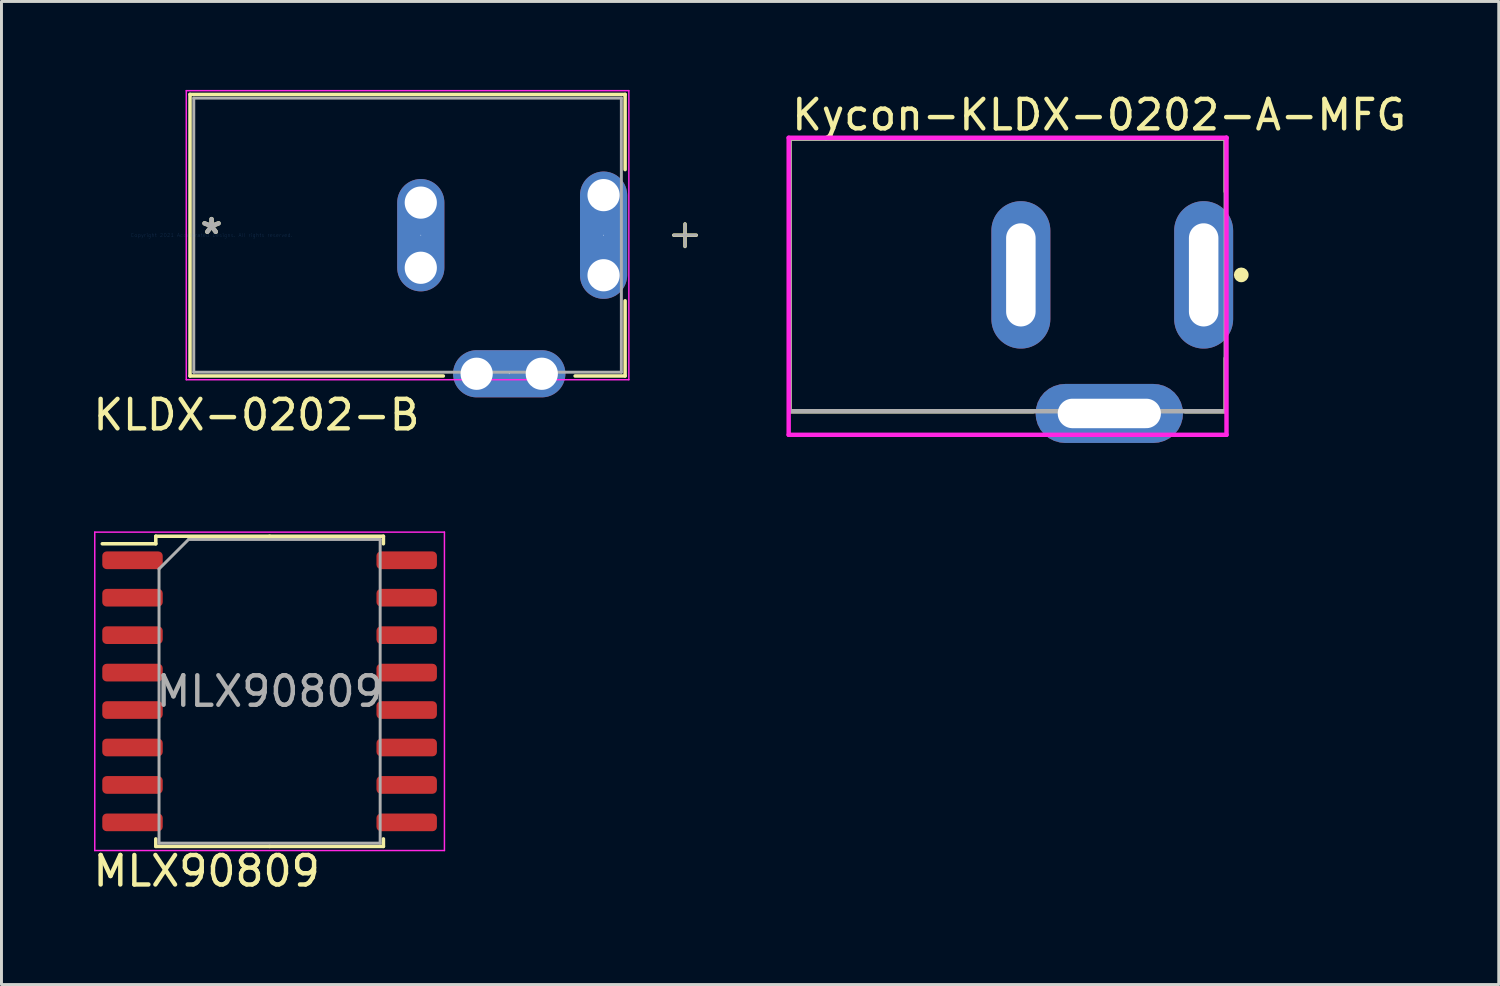
<source format=kicad_pcb>
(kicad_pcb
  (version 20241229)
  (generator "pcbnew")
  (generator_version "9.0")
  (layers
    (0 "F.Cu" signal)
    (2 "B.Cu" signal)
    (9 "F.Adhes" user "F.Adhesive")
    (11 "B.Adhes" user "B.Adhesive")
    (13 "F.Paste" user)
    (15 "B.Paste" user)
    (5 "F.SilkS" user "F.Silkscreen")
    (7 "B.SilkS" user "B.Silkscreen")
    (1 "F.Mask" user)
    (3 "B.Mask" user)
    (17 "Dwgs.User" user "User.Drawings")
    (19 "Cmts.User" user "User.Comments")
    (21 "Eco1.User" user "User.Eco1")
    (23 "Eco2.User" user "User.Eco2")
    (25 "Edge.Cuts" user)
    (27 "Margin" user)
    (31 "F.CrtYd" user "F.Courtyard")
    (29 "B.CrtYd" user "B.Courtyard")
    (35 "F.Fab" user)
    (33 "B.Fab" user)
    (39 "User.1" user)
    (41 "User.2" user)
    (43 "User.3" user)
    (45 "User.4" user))
  (footprint "KLDX-0202-B"
    (layer "F.Cu")
    (at 4.125 4.927)
    (property "Reference" "KLDX-0202-B" (at 1.524 6.096 0) (layer "F.SilkS") (effects (font (size 1 1) (thickness 0.15))))
    (attr through_hole)
    (fp_line (start -0.73 -4.775) (end -0.73 4.775) (stroke (width 0.12) (type solid)) (layer "F.SilkS"))
    (fp_line (start -0.73 4.775) (end 7.861 4.775) (stroke (width 0.12) (type solid)) (layer "F.SilkS"))
    (fp_line (start 12.332 4.775) (end 14.027 4.775) (stroke (width 0.12) (type solid)) (layer "F.SilkS"))
    (fp_line (start 14.027 -4.775) (end -0.73 -4.775) (stroke (width 0.12) (type solid)) (layer "F.SilkS"))
    (fp_line (start 14.027 -2.225) (end 14.027 -4.775) (stroke (width 0.12) (type solid)) (layer "F.SilkS"))
    (fp_line (start 14.027 4.775) (end 14.027 2.225) (stroke (width 0.12) (type solid)) (layer "F.SilkS"))
    (fp_line (start 16.059 -0.381) (end 16.059 0.381) (stroke (width 0.12) (type solid)) (layer "F.SilkS"))
    (fp_line (start 16.44 0) (end 15.678 0) (stroke (width 0.12) (type solid)) (layer "F.SilkS"))
    (fp_line (start -0.857 -4.902) (end 14.154 -4.902) (stroke (width 0.05) (type solid)) (layer "F.CrtYd"))
    (fp_line (start -0.857 4.902) (end -0.857 -4.902) (stroke (width 0.05) (type solid)) (layer "F.CrtYd"))
    (fp_line (start 14.154 -4.902) (end 14.154 4.902) (stroke (width 0.05) (type solid)) (layer "F.CrtYd"))
    (fp_line (start 14.154 4.902) (end -0.857 4.902) (stroke (width 0.05) (type solid)) (layer "F.CrtYd"))
    (fp_line (start -0.603 -4.648) (end -0.603 4.648) (stroke (width 0.1) (type solid)) (layer "F.Fab"))
    (fp_line (start -0.603 4.648) (end 13.9 4.648) (stroke (width 0.1) (type solid)) (layer "F.Fab"))
    (fp_line (start 13.9 -4.648) (end -0.603 -4.648) (stroke (width 0.1) (type solid)) (layer "F.Fab"))
    (fp_line (start 13.9 4.648) (end 13.9 -4.648) (stroke (width 0.1) (type solid)) (layer "F.Fab"))
    (fp_line (start 16.059 -0.381) (end 16.059 0.381) (stroke (width 0.1) (type solid)) (layer "F.Fab"))
    (fp_line (start 16.44 0) (end 15.678 0) (stroke (width 0.1) (type solid)) (layer "F.Fab"))
    (fp_text user "*" (at 0 0 0) (layer "F.SilkS") (effects (font (size 1 1) (thickness 0.15))))
    (fp_text user "Copyright 2021 Accelerated Designs. All rights reserved." (at 0 0 0) (layer "Cmts.User") (effects (font (size 0.127 0.127) (thickness 0.002))))
    (fp_text user "*" (at 0 0 0) (layer "F.Fab") (effects (font (size 1 1) (thickness 0.15))))
    (pad "" np_thru_hole circle (at 7.097 -1.105) (size 1.092 1.092) (drill 1.092) (layers "*.Cu" "*.Mask"))
    (pad "" np_thru_hole circle (at 7.097 1.105) (size 1.092 1.092) (drill 1.092) (layers "*.Cu" "*.Mask"))
    (pad "" np_thru_hole circle (at 8.992 4.7) (size 1.092 1.092) (drill 1.092) (layers "*.Cu" "*.Mask"))
    (pad "" np_thru_hole circle (at 11.201 4.7) (size 1.092 1.092) (drill 1.092) (layers "*.Cu" "*.Mask"))
    (pad "" np_thru_hole circle (at 13.297 -1.359) (size 1.092 1.092) (drill 1.092) (layers "*.Cu" "*.Mask"))
    (pad "" np_thru_hole circle (at 13.297 1.359) (size 1.092 1.092) (drill 1.092) (layers "*.Cu" "*.Mask"))
    (pad "1" thru_hole oval (at 13.297 0 90) (size 4.318 1.6) (drill 0.025) (layers "*.Cu" "*.Mask"))
    (pad "2" thru_hole oval (at 7.097 0 90) (size 3.81 1.6) (drill 0.025) (layers "*.Cu" "*.Mask"))
    (pad "3" thru_hole oval (at 10.097 4.7) (size 3.81 1.6) (drill 0.025) (layers "*.Cu" "*.Mask")))
  (footprint "Kycon-KLDX-0202-A-MFG"
    (layer "F.Cu")
    (at 31.125 6.273)
    (property "Reference" "Kycon-KLDX-0202-A-MFG" (at -7.4 -5.425 0) (layer "F.SilkS") (effects (font (size 1 1) (thickness 0.15)) (justify left)))
    (attr through_hole)
    (fp_line (start -7.4 -4.625) (end 7.4 -4.625) (stroke (width 0.15) (type solid)) (layer "F.SilkS"))
    (fp_line (start -7.4 4.625) (end -7.4 -4.625) (stroke (width 0.15) (type solid)) (layer "F.SilkS"))
    (fp_line (start -7.4 4.625) (end 0.875 4.625) (stroke (width 0.15) (type solid)) (layer "F.SilkS"))
    (fp_line (start 6.025 4.625) (end 7.4 4.625) (stroke (width 0.15) (type solid)) (layer "F.SilkS"))
    (fp_line (start 7.4 -2.825) (end 7.4 -4.625) (stroke (width 0.15) (type solid)) (layer "F.SilkS"))
    (fp_line (start 7.4 4.625) (end 7.4 2.825) (stroke (width 0.15) (type solid)) (layer "F.SilkS"))
    (fp_circle (center 7.925 0) (end 8.05 0) (stroke (width 0.25) (type solid)) (fill no) (layer "F.SilkS"))
    (fp_line (start -7.425 -4.65) (end -7.425 5.425) (stroke (width 0.15) (type solid)) (layer "F.CrtYd"))
    (fp_line (start -7.425 5.425) (end 7.425 5.425) (stroke (width 0.15) (type solid)) (layer "F.CrtYd"))
    (fp_line (start 7.425 -4.65) (end -7.425 -4.65) (stroke (width 0.15) (type solid)) (layer "F.CrtYd"))
    (fp_line (start 7.425 -4.65) (end 7.425 -4.65) (stroke (width 0.15) (type solid)) (layer "F.CrtYd"))
    (fp_line (start 7.425 5.425) (end 7.425 -4.65) (stroke (width 0.15) (type solid)) (layer "F.CrtYd"))
    (fp_line (start -7.4 -4.625) (end 7.4 -4.625) (stroke (width 0.15) (type solid)) (layer "F.Fab"))
    (fp_line (start -7.4 4.625) (end -7.4 -4.625) (stroke (width 0.15) (type solid)) (layer "F.Fab"))
    (fp_line (start 7.4 -4.625) (end 7.4 4.625) (stroke (width 0.15) (type solid)) (layer "F.Fab"))
    (fp_line (start 7.4 4.625) (end -7.4 4.625) (stroke (width 0.15) (type solid)) (layer "F.Fab"))
    (pad "1" thru_hole oval (at 6.65 0) (size 2 5) (drill oval 1 3.5) (layers "*.Cu"))
    (pad "2" thru_hole oval (at 0.45 0) (size 2 5) (drill oval 1 3.5) (layers "*.Cu"))
    (pad "3" thru_hole roundrect (at 3.45 4.7 270) (size 2 5) (drill oval 1 3.5) (layers "*.Cu") (roundrect_rratio 0.5)))
  (footprint "MLX90809"
    (layer "F.Cu")
    (at 6.094 20.398)
    (property "Reference" "MLX90809" (at -2.135 6.096 0) (layer "F.SilkS") (effects (font (size 1 1) (thickness 0.15))))
    (attr smd)
    (fp_line (start -3.86 -5.26) (end -3.86 -5.005) (stroke (width 0.12) (type solid)) (layer "F.SilkS"))
    (fp_line (start -3.86 -5.005) (end -5.675 -5.005) (stroke (width 0.12) (type solid)) (layer "F.SilkS"))
    (fp_line (start -3.86 5.26) (end -3.86 5.005) (stroke (width 0.12) (type solid)) (layer "F.SilkS"))
    (fp_line (start 0 -5.26) (end -3.86 -5.26) (stroke (width 0.12) (type solid)) (layer "F.SilkS"))
    (fp_line (start 0 -5.26) (end 3.86 -5.26) (stroke (width 0.12) (type solid)) (layer "F.SilkS"))
    (fp_line (start 0 5.26) (end -3.86 5.26) (stroke (width 0.12) (type solid)) (layer "F.SilkS"))
    (fp_line (start 0 5.26) (end 3.86 5.26) (stroke (width 0.12) (type solid)) (layer "F.SilkS"))
    (fp_line (start 3.86 -5.26) (end 3.86 -5.005) (stroke (width 0.12) (type solid)) (layer "F.SilkS"))
    (fp_line (start 3.86 5.26) (end 3.86 5.005) (stroke (width 0.12) (type solid)) (layer "F.SilkS"))
    (fp_line (start -5.93 -5.4) (end -5.93 5.4) (stroke (width 0.05) (type solid)) (layer "F.CrtYd"))
    (fp_line (start -5.93 5.4) (end 5.93 5.4) (stroke (width 0.05) (type solid)) (layer "F.CrtYd"))
    (fp_line (start 5.93 -5.4) (end -5.93 -5.4) (stroke (width 0.05) (type solid)) (layer "F.CrtYd"))
    (fp_line (start 5.93 5.4) (end 5.93 -5.4) (stroke (width 0.05) (type solid)) (layer "F.CrtYd"))
    (fp_line (start -3.75 -4.15) (end -2.75 -5.15) (stroke (width 0.1) (type solid)) (layer "F.Fab"))
    (fp_line (start -3.75 5.15) (end -3.75 -4.15) (stroke (width 0.1) (type solid)) (layer "F.Fab"))
    (fp_line (start -2.75 -5.15) (end 3.75 -5.15) (stroke (width 0.1) (type solid)) (layer "F.Fab"))
    (fp_line (start 3.75 -5.15) (end 3.75 5.15) (stroke (width 0.1) (type solid)) (layer "F.Fab"))
    (fp_line (start 3.75 5.15) (end -3.75 5.15) (stroke (width 0.1) (type solid)) (layer "F.Fab"))
    (fp_text user "${REFERENCE}" (at 0 0 0) (layer "F.Fab") (effects (font (size 1 1) (thickness 0.15))))
    (pad "1" smd roundrect (at 4.65 -4.445) (size 2.05 0.6) (layers "F.Cu" "F.Mask" "F.Paste") (roundrect_rratio 0.25))
    (pad "2" smd roundrect (at 4.65 -3.175) (size 2.05 0.6) (layers "F.Cu" "F.Mask" "F.Paste") (roundrect_rratio 0.25))
    (pad "3" smd roundrect (at 4.65 -1.905) (size 2.05 0.6) (layers "F.Cu" "F.Mask" "F.Paste") (roundrect_rratio 0.25))
    (pad "4" smd roundrect (at 4.65 -0.635) (size 2.05 0.6) (layers "F.Cu" "F.Mask" "F.Paste") (roundrect_rratio 0.25))
    (pad "5" smd roundrect (at 4.65 0.635) (size 2.05 0.6) (layers "F.Cu" "F.Mask" "F.Paste") (roundrect_rratio 0.25))
    (pad "6" smd roundrect (at 4.65 1.905) (size 2.05 0.6) (layers "F.Cu" "F.Mask" "F.Paste") (roundrect_rratio 0.25))
    (pad "7" smd roundrect (at 4.65 3.175) (size 2.05 0.6) (layers "F.Cu" "F.Mask" "F.Paste") (roundrect_rratio 0.25))
    (pad "8" smd roundrect (at 4.65 4.445) (size 2.05 0.6) (layers "F.Cu" "F.Mask" "F.Paste") (roundrect_rratio 0.25))
    (pad "9" smd roundrect (at -4.65 4.445) (size 2.05 0.6) (layers "F.Cu" "F.Mask" "F.Paste") (roundrect_rratio 0.25))
    (pad "10" smd roundrect (at -4.65 3.175) (size 2.05 0.6) (layers "F.Cu" "F.Mask" "F.Paste") (roundrect_rratio 0.25))
    (pad "11" smd roundrect (at -4.65 1.905) (size 2.05 0.6) (layers "F.Cu" "F.Mask" "F.Paste") (roundrect_rratio 0.25))
    (pad "12" smd roundrect (at -4.65 0.635) (size 2.05 0.6) (layers "F.Cu" "F.Mask" "F.Paste") (roundrect_rratio 0.25))
    (pad "13" smd roundrect (at -4.65 -0.635) (size 2.05 0.6) (layers "F.Cu" "F.Mask" "F.Paste") (roundrect_rratio 0.25))
    (pad "14" smd roundrect (at -4.65 -1.905) (size 2.05 0.6) (layers "F.Cu" "F.Mask" "F.Paste") (roundrect_rratio 0.25))
    (pad "15" smd roundrect (at -4.65 -3.175) (size 2.05 0.6) (layers "F.Cu" "F.Mask" "F.Paste") (roundrect_rratio 0.25))
    (pad "16" smd roundrect (at -4.65 -4.445) (size 2.05 0.6) (layers "F.Cu" "F.Mask" "F.Paste") (roundrect_rratio 0.25)))
  (gr_rect
    (start -3 -3)
    (end 47.784 30.343)
    (stroke (width 0.1) (type default))
    (fill no)
    (layer "Edge.Cuts")))
</source>
